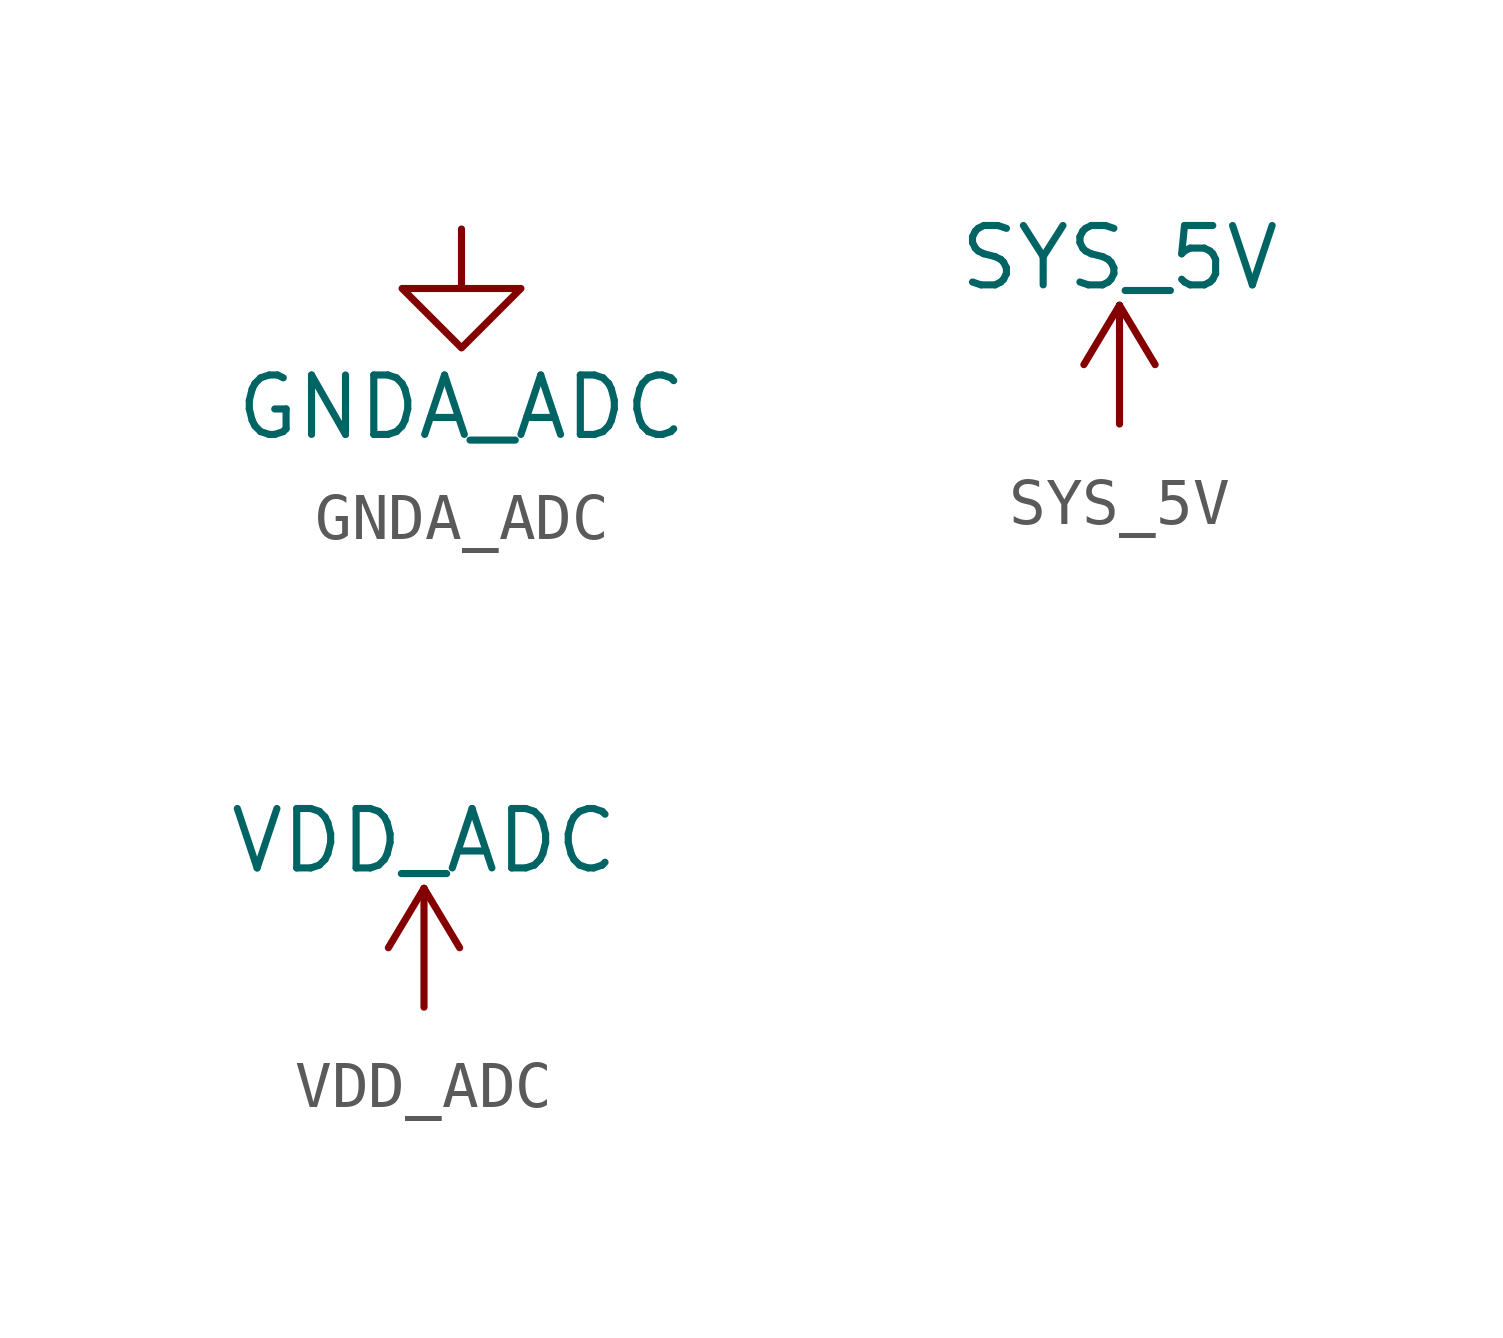
<source format=kicad_sym>
(kicad_symbol_lib
  (version 20201005)
  (generator kicad_symbol_editor)
  (symbol "pwr_BeagleBone:GNDA_ADC"
    (power)
    (pin_names
      (offset 0))
    (property "Reference" "#PWR"
      (at 0 -6.35 0)
      (effects (font (size 1.27 1.27)) hide))
    (property "Value" "GNDA_ADC"
      (at 0 -3.81 0)
      (effects (font (size 1.27 1.27))))
    (property "Footprint" ""
      (at 0 0 0)
      (effects (font (size 1.524 1.524))))
    (property "Datasheet" ""
      (at 0 0 0)
      (effects (font (size 1.524 1.524))))
    (symbol "GNDA_ADC_0_1"
      (polyline (pts (xy 0 0) (xy 0 -1.27) (xy 1.27 -1.27) (xy 0 -2.54) (xy -1.27 -1.27) (xy 0 -1.27)) (stroke (width 0)) (fill (type none))))
    (symbol "GNDA_ADC_1_1"
      (pin power_in line (at 0 0 270) (length 0) hide (name "GNDA_ADC" (effects (font (size 1.27 1.27)))) (number "1" (effects (font (size 1.27 1.27)))))))
  (symbol "pwr_BeagleBone:SYS_5V"
    (power)
    (pin_names
      (offset 0))
    (property "Reference" "#PWR"
      (at 0 -3.81 0)
      (effects (font (size 1.27 1.27)) hide))
    (property "Value" "SYS_5V"
      (at 0 3.556 0)
      (effects (font (size 1.27 1.27))))
    (property "Footprint" ""
      (at 0 0 0)
      (effects (font (size 1.524 1.524))))
    (property "Datasheet" ""
      (at 0 0 0)
      (effects (font (size 1.524 1.524))))
    (symbol "SYS_5V_0_1"
      (polyline (pts (xy -0.762 1.27) (xy 0 2.54)) (stroke (width 0)) (fill (type none)))
      (polyline (pts (xy 0 0) (xy 0 2.54)) (stroke (width 0)) (fill (type none)))
      (polyline (pts (xy 0 2.54) (xy 0.762 1.27)) (stroke (width 0)) (fill (type none))))
    (symbol "SYS_5V_1_1"
      (pin power_in line (at 0 0 90) (length 0) hide (name "SYS_5V" (effects (font (size 1.27 1.27)))) (number "1" (effects (font (size 1.27 1.27)))))))
  (symbol "pwr_BeagleBone:VDD_ADC"
    (power)
    (pin_names
      (offset 0))
    (property "Reference" "#PWR"
      (at 0 -3.81 0)
      (effects (font (size 1.27 1.27)) hide))
    (property "Value" "VDD_ADC"
      (at 0 3.556 0)
      (effects (font (size 1.27 1.27))))
    (property "Footprint" ""
      (at 0 0 0)
      (effects (font (size 1.524 1.524))))
    (property "Datasheet" ""
      (at 0 0 0)
      (effects (font (size 1.524 1.524))))
    (symbol "VDD_ADC_0_1"
      (polyline (pts (xy -0.762 1.27) (xy 0 2.54)) (stroke (width 0)) (fill (type none)))
      (polyline (pts (xy 0 0) (xy 0 2.54)) (stroke (width 0)) (fill (type none)))
      (polyline (pts (xy 0 2.54) (xy 0.762 1.27)) (stroke (width 0)) (fill (type none))))
    (symbol "VDD_ADC_1_1"
      (pin power_in line (at 0 0 90) (length 0) hide (name "VDD_ADC" (effects (font (size 1.27 1.27)))) (number "1" (effects (font (size 1.27 1.27))))))))
</source>
